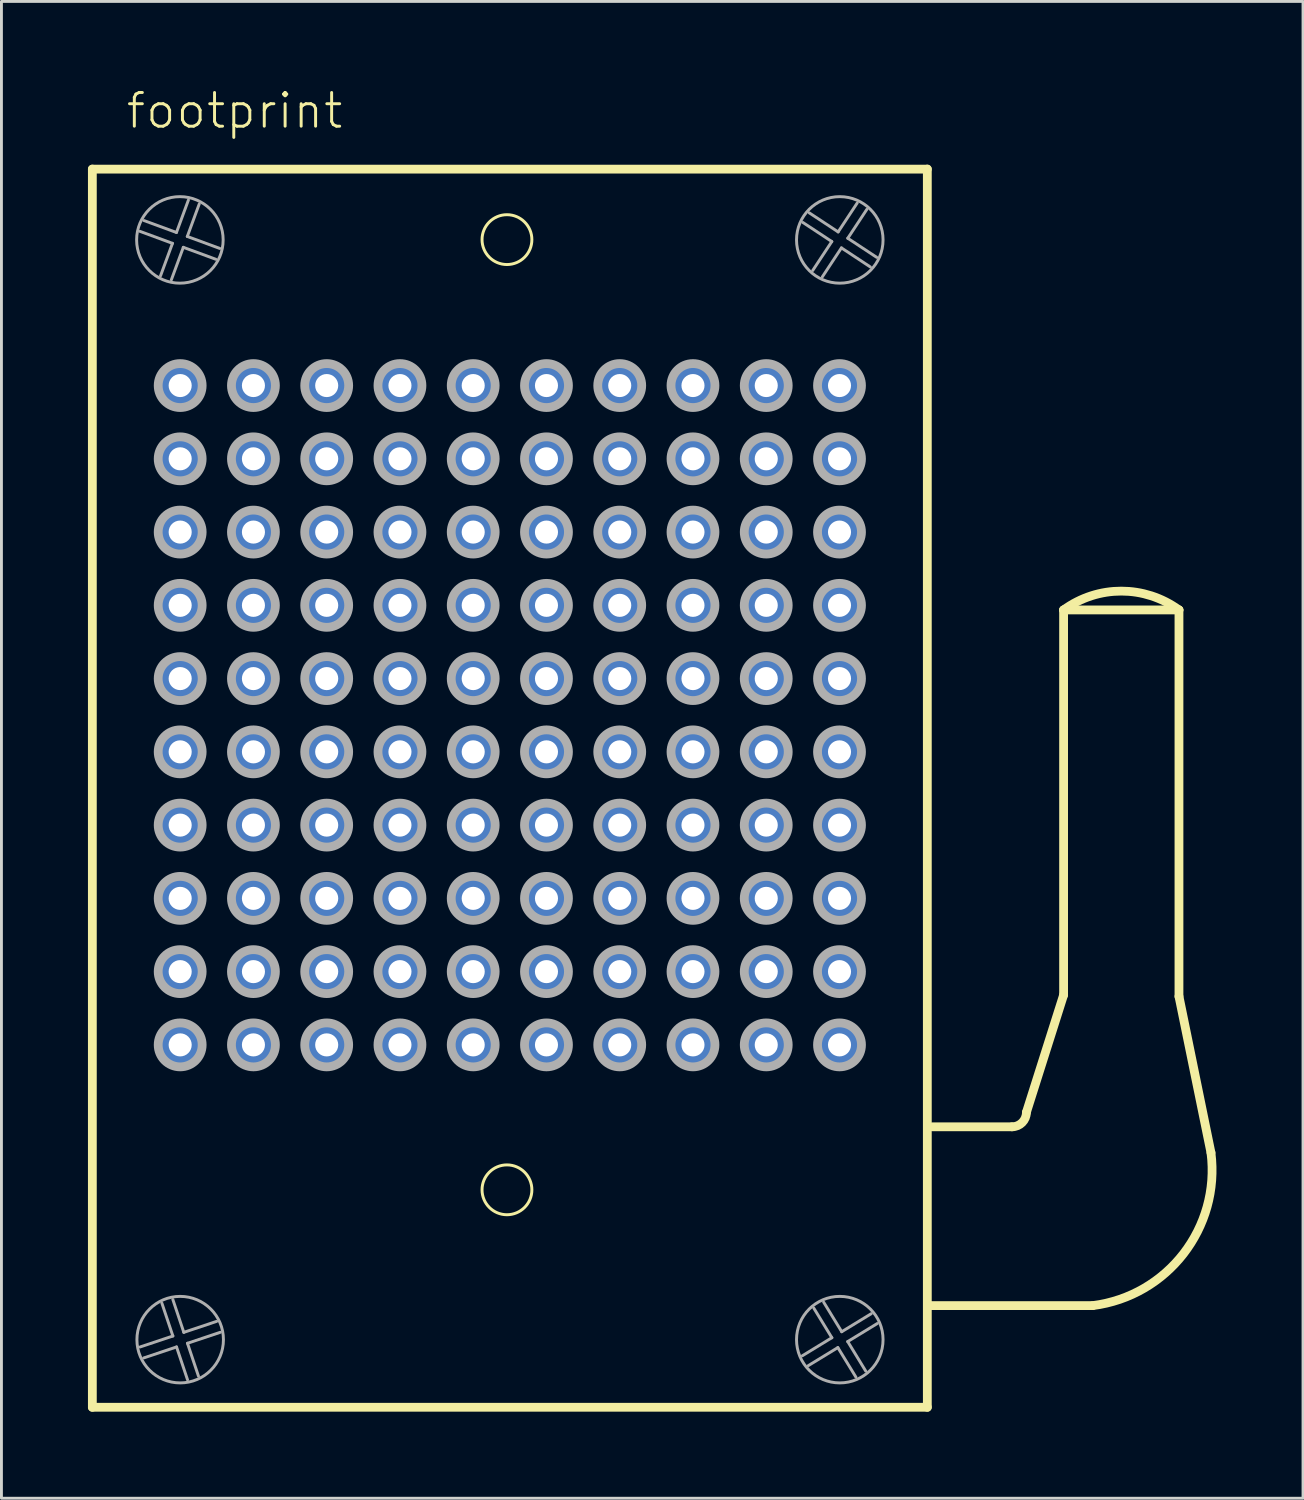
<source format=kicad_pcb>
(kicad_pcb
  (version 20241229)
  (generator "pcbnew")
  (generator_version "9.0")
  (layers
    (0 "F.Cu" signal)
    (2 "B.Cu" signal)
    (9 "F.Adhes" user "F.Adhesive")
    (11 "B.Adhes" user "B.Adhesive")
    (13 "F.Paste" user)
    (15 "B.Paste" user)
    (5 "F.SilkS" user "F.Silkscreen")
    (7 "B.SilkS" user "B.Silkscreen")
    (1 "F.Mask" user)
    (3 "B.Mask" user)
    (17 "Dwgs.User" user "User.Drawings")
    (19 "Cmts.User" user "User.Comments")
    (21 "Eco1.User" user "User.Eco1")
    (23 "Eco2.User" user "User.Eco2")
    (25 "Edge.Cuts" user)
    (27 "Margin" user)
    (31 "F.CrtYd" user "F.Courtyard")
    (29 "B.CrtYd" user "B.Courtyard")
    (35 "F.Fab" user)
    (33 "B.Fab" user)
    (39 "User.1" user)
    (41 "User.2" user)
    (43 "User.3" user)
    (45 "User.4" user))
  (footprint "footprint"
    (layer "F.Cu")
    (at 14.627 21.748)
    (property "Reference" "footprint" (at -13.365 -20.275 0) (layer "F.SilkS") (effects (font (size 1.168 1.168) (thickness 0.102)) (justify left bottom)))
    (fp_line (start -14.475 -18.935) (end 14.475 -18.935) (stroke (width 0.305) (type solid)) (layer "F.SilkS"))
    (fp_line (start -14.475 23.995) (end -14.475 -18.935) (stroke (width 0.305) (type solid)) (layer "F.SilkS"))
    (fp_line (start 14.475 -18.935) (end 14.475 23.995) (stroke (width 0.305) (type solid)) (layer "F.SilkS"))
    (fp_line (start 14.475 23.995) (end -14.475 23.995) (stroke (width 0.305) (type solid)) (layer "F.SilkS"))
    (fp_line (start 17.41 14.27) (end 14.646 14.27) (stroke (width 0.305) (type solid)) (layer "F.SilkS"))
    (fp_line (start 17.91 13.77) (end 19.2 9.7) (stroke (width 0.305) (type solid)) (layer "F.SilkS"))
    (fp_line (start 19.2 -3.65) (end 23.2 -3.65) (stroke (width 0.305) (type solid)) (layer "F.SilkS"))
    (fp_line (start 19.2 9.7) (end 19.2 -3.65) (stroke (width 0.305) (type solid)) (layer "F.SilkS"))
    (fp_line (start 20.21 20.47) (end 14.546 20.47) (stroke (width 0.305) (type solid)) (layer "F.SilkS"))
    (fp_line (start 23.2 -3.65) (end 23.2 9.75) (stroke (width 0.305) (type solid)) (layer "F.SilkS"))
    (fp_line (start 23.2 9.75) (end 24.31 15.17) (stroke (width 0.305) (type solid)) (layer "F.SilkS"))
    (fp_arc (start 17.91 13.77) (mid 17.763553 14.123553) (end 17.41 14.27) (stroke (width 0.3048) (type solid)) (layer "F.SilkS"))
    (fp_arc (start 19.2 -3.65) (mid 21.200001 -4.303325) (end 23.200001 -3.649999) (stroke (width 0.3048) (type solid)) (layer "F.SilkS"))
    (fp_arc (start 24.31 15.17) (mid 23.357666 18.669138) (end 20.21 20.47) (stroke (width 0.3048) (type solid)) (layer "F.SilkS"))
    (fp_circle (center -0.1 -16.49) (end 0.764 -16.49) (stroke (width 0.102) (type solid)) (fill no) (layer "F.SilkS"))
    (fp_circle (center -0.1 16.455) (end 0.764 16.455) (stroke (width 0.102) (type solid)) (fill no) (layer "F.SilkS"))
    (fp_line (start -12.821 21.904) (end -11.683 21.524) (stroke (width 0.102) (type solid)) (layer "F.Fab"))
    (fp_line (start -12.685 -17.151) (end -11.559 -16.737) (stroke (width 0.102) (type solid)) (layer "F.Fab"))
    (fp_line (start -12.111 -15.235) (end -11.697 -16.361) (stroke (width 0.102) (type solid)) (layer "F.Fab"))
    (fp_line (start -11.697 -16.361) (end -12.823 -16.776) (stroke (width 0.102) (type solid)) (layer "F.Fab"))
    (fp_line (start -11.684 20.259) (end -11.304 21.397) (stroke (width 0.102) (type solid)) (layer "F.Fab"))
    (fp_line (start -11.683 21.524) (end -12.064 20.386) (stroke (width 0.102) (type solid)) (layer "F.Fab"))
    (fp_line (start -11.559 -16.737) (end -11.144 -17.863) (stroke (width 0.102) (type solid)) (layer "F.Fab"))
    (fp_line (start -11.556 21.903) (end -12.694 22.284) (stroke (width 0.102) (type solid)) (layer "F.Fab"))
    (fp_line (start -11.321 -16.223) (end -11.736 -15.097) (stroke (width 0.102) (type solid)) (layer "F.Fab"))
    (fp_line (start -11.304 21.397) (end -10.166 21.016) (stroke (width 0.102) (type solid)) (layer "F.Fab"))
    (fp_line (start -11.183 -16.599) (end -10.057 -16.184) (stroke (width 0.102) (type solid)) (layer "F.Fab"))
    (fp_line (start -11.177 21.776) (end -10.796 22.914) (stroke (width 0.102) (type solid)) (layer "F.Fab"))
    (fp_line (start -11.175 23.041) (end -11.556 21.903) (stroke (width 0.102) (type solid)) (layer "F.Fab"))
    (fp_line (start -10.769 -17.725) (end -11.183 -16.599) (stroke (width 0.102) (type solid)) (layer "F.Fab"))
    (fp_line (start -10.195 -15.809) (end -11.321 -16.223) (stroke (width 0.102) (type solid)) (layer "F.Fab"))
    (fp_line (start -10.039 21.395) (end -11.177 21.776) (stroke (width 0.102) (type solid)) (layer "F.Fab"))
    (fp_line (start 10.141 22.209) (end 11.165 21.583) (stroke (width 0.102) (type solid)) (layer "F.Fab"))
    (fp_line (start 10.381 -17.418) (end 11.383 -16.757) (stroke (width 0.102) (type solid)) (layer "F.Fab"))
    (fp_line (start 10.502 -15.421) (end 11.163 -16.423) (stroke (width 0.102) (type solid)) (layer "F.Fab"))
    (fp_line (start 10.881 20.351) (end 11.507 21.375) (stroke (width 0.102) (type solid)) (layer "F.Fab"))
    (fp_line (start 11.163 -16.423) (end 10.161 -17.084) (stroke (width 0.102) (type solid)) (layer "F.Fab"))
    (fp_line (start 11.165 21.583) (end 10.54 20.559) (stroke (width 0.102) (type solid)) (layer "F.Fab"))
    (fp_line (start 11.373 21.925) (end 10.349 22.55) (stroke (width 0.102) (type solid)) (layer "F.Fab"))
    (fp_line (start 11.383 -16.757) (end 12.044 -17.759) (stroke (width 0.102) (type solid)) (layer "F.Fab"))
    (fp_line (start 11.497 -16.203) (end 10.836 -15.201) (stroke (width 0.102) (type solid)) (layer "F.Fab"))
    (fp_line (start 11.507 21.375) (end 12.531 20.75) (stroke (width 0.102) (type solid)) (layer "F.Fab"))
    (fp_line (start 11.715 21.716) (end 12.34 22.741) (stroke (width 0.102) (type solid)) (layer "F.Fab"))
    (fp_line (start 11.717 -16.537) (end 12.719 -15.876) (stroke (width 0.102) (type solid)) (layer "F.Fab"))
    (fp_line (start 11.999 22.949) (end 11.373 21.925) (stroke (width 0.102) (type solid)) (layer "F.Fab"))
    (fp_line (start 12.378 -17.539) (end 11.717 -16.537) (stroke (width 0.102) (type solid)) (layer "F.Fab"))
    (fp_line (start 12.499 -15.542) (end 11.497 -16.203) (stroke (width 0.102) (type solid)) (layer "F.Fab"))
    (fp_line (start 12.739 21.091) (end 11.715 21.716) (stroke (width 0.102) (type solid)) (layer "F.Fab"))
    (fp_circle (center -11.44 -16.48) (end -9.94 -16.48) (stroke (width 0.102) (type solid)) (fill no) (layer "F.Fab"))
    (fp_circle (center -11.43 -11.43) (end -10.668 -11.43) (stroke (width 0.305) (type solid)) (fill no) (layer "F.Fab"))
    (fp_circle (center -11.43 -8.89) (end -10.668 -8.89) (stroke (width 0.305) (type solid)) (fill no) (layer "F.Fab"))
    (fp_circle (center -11.43 -6.35) (end -10.668 -6.35) (stroke (width 0.305) (type solid)) (fill no) (layer "F.Fab"))
    (fp_circle (center -11.43 -3.81) (end -10.668 -3.81) (stroke (width 0.305) (type solid)) (fill no) (layer "F.Fab"))
    (fp_circle (center -11.43 -1.27) (end -10.668 -1.27) (stroke (width 0.305) (type solid)) (fill no) (layer "F.Fab"))
    (fp_circle (center -11.43 1.27) (end -10.668 1.27) (stroke (width 0.305) (type solid)) (fill no) (layer "F.Fab"))
    (fp_circle (center -11.43 3.81) (end -10.668 3.81) (stroke (width 0.305) (type solid)) (fill no) (layer "F.Fab"))
    (fp_circle (center -11.43 6.35) (end -10.668 6.35) (stroke (width 0.305) (type solid)) (fill no) (layer "F.Fab"))
    (fp_circle (center -11.43 8.89) (end -10.668 8.89) (stroke (width 0.305) (type solid)) (fill no) (layer "F.Fab"))
    (fp_circle (center -11.43 11.43) (end -10.668 11.43) (stroke (width 0.305) (type solid)) (fill no) (layer "F.Fab"))
    (fp_circle (center -11.43 21.65) (end -9.93 21.65) (stroke (width 0.102) (type solid)) (fill no) (layer "F.Fab"))
    (fp_circle (center -8.89 -11.43) (end -8.128 -11.43) (stroke (width 0.305) (type solid)) (fill no) (layer "F.Fab"))
    (fp_circle (center -8.89 -8.89) (end -8.128 -8.89) (stroke (width 0.305) (type solid)) (fill no) (layer "F.Fab"))
    (fp_circle (center -8.89 -6.35) (end -8.128 -6.35) (stroke (width 0.305) (type solid)) (fill no) (layer "F.Fab"))
    (fp_circle (center -8.89 -3.81) (end -8.128 -3.81) (stroke (width 0.305) (type solid)) (fill no) (layer "F.Fab"))
    (fp_circle (center -8.89 -1.27) (end -8.128 -1.27) (stroke (width 0.305) (type solid)) (fill no) (layer "F.Fab"))
    (fp_circle (center -8.89 1.27) (end -8.128 1.27) (stroke (width 0.305) (type solid)) (fill no) (layer "F.Fab"))
    (fp_circle (center -8.89 3.81) (end -8.128 3.81) (stroke (width 0.305) (type solid)) (fill no) (layer "F.Fab"))
    (fp_circle (center -8.89 6.35) (end -8.128 6.35) (stroke (width 0.305) (type solid)) (fill no) (layer "F.Fab"))
    (fp_circle (center -8.89 8.89) (end -8.128 8.89) (stroke (width 0.305) (type solid)) (fill no) (layer "F.Fab"))
    (fp_circle (center -8.89 11.43) (end -8.128 11.43) (stroke (width 0.305) (type solid)) (fill no) (layer "F.Fab"))
    (fp_circle (center -6.35 -11.43) (end -5.588 -11.43) (stroke (width 0.305) (type solid)) (fill no) (layer "F.Fab"))
    (fp_circle (center -6.35 -8.89) (end -5.588 -8.89) (stroke (width 0.305) (type solid)) (fill no) (layer "F.Fab"))
    (fp_circle (center -6.35 -6.35) (end -5.588 -6.35) (stroke (width 0.305) (type solid)) (fill no) (layer "F.Fab"))
    (fp_circle (center -6.35 -3.81) (end -5.588 -3.81) (stroke (width 0.305) (type solid)) (fill no) (layer "F.Fab"))
    (fp_circle (center -6.35 -1.27) (end -5.588 -1.27) (stroke (width 0.305) (type solid)) (fill no) (layer "F.Fab"))
    (fp_circle (center -6.35 1.27) (end -5.588 1.27) (stroke (width 0.305) (type solid)) (fill no) (layer "F.Fab"))
    (fp_circle (center -6.35 3.81) (end -5.588 3.81) (stroke (width 0.305) (type solid)) (fill no) (layer "F.Fab"))
    (fp_circle (center -6.35 6.35) (end -5.588 6.35) (stroke (width 0.305) (type solid)) (fill no) (layer "F.Fab"))
    (fp_circle (center -6.35 8.89) (end -5.588 8.89) (stroke (width 0.305) (type solid)) (fill no) (layer "F.Fab"))
    (fp_circle (center -6.35 11.43) (end -5.588 11.43) (stroke (width 0.305) (type solid)) (fill no) (layer "F.Fab"))
    (fp_circle (center -3.81 -11.43) (end -3.048 -11.43) (stroke (width 0.305) (type solid)) (fill no) (layer "F.Fab"))
    (fp_circle (center -3.81 -8.89) (end -3.048 -8.89) (stroke (width 0.305) (type solid)) (fill no) (layer "F.Fab"))
    (fp_circle (center -3.81 -6.35) (end -3.048 -6.35) (stroke (width 0.305) (type solid)) (fill no) (layer "F.Fab"))
    (fp_circle (center -3.81 -3.81) (end -3.048 -3.81) (stroke (width 0.305) (type solid)) (fill no) (layer "F.Fab"))
    (fp_circle (center -3.81 -1.27) (end -3.048 -1.27) (stroke (width 0.305) (type solid)) (fill no) (layer "F.Fab"))
    (fp_circle (center -3.81 1.27) (end -3.048 1.27) (stroke (width 0.305) (type solid)) (fill no) (layer "F.Fab"))
    (fp_circle (center -3.81 3.81) (end -3.048 3.81) (stroke (width 0.305) (type solid)) (fill no) (layer "F.Fab"))
    (fp_circle (center -3.81 6.35) (end -3.048 6.35) (stroke (width 0.305) (type solid)) (fill no) (layer "F.Fab"))
    (fp_circle (center -3.81 8.89) (end -3.048 8.89) (stroke (width 0.305) (type solid)) (fill no) (layer "F.Fab"))
    (fp_circle (center -3.81 11.43) (end -3.048 11.43) (stroke (width 0.305) (type solid)) (fill no) (layer "F.Fab"))
    (fp_circle (center -1.27 -11.43) (end -0.508 -11.43) (stroke (width 0.305) (type solid)) (fill no) (layer "F.Fab"))
    (fp_circle (center -1.27 -8.89) (end -0.508 -8.89) (stroke (width 0.305) (type solid)) (fill no) (layer "F.Fab"))
    (fp_circle (center -1.27 -6.35) (end -0.508 -6.35) (stroke (width 0.305) (type solid)) (fill no) (layer "F.Fab"))
    (fp_circle (center -1.27 -3.81) (end -0.508 -3.81) (stroke (width 0.305) (type solid)) (fill no) (layer "F.Fab"))
    (fp_circle (center -1.27 -1.27) (end -0.508 -1.27) (stroke (width 0.305) (type solid)) (fill no) (layer "F.Fab"))
    (fp_circle (center -1.27 1.27) (end -0.508 1.27) (stroke (width 0.305) (type solid)) (fill no) (layer "F.Fab"))
    (fp_circle (center -1.27 3.81) (end -0.508 3.81) (stroke (width 0.305) (type solid)) (fill no) (layer "F.Fab"))
    (fp_circle (center -1.27 6.35) (end -0.508 6.35) (stroke (width 0.305) (type solid)) (fill no) (layer "F.Fab"))
    (fp_circle (center -1.27 8.89) (end -0.508 8.89) (stroke (width 0.305) (type solid)) (fill no) (layer "F.Fab"))
    (fp_circle (center -1.27 11.43) (end -0.508 11.43) (stroke (width 0.305) (type solid)) (fill no) (layer "F.Fab"))
    (fp_circle (center 1.27 -11.43) (end 2.032 -11.43) (stroke (width 0.305) (type solid)) (fill no) (layer "F.Fab"))
    (fp_circle (center 1.27 -8.89) (end 2.032 -8.89) (stroke (width 0.305) (type solid)) (fill no) (layer "F.Fab"))
    (fp_circle (center 1.27 -6.35) (end 2.032 -6.35) (stroke (width 0.305) (type solid)) (fill no) (layer "F.Fab"))
    (fp_circle (center 1.27 -3.81) (end 2.032 -3.81) (stroke (width 0.305) (type solid)) (fill no) (layer "F.Fab"))
    (fp_circle (center 1.27 -1.27) (end 2.032 -1.27) (stroke (width 0.305) (type solid)) (fill no) (layer "F.Fab"))
    (fp_circle (center 1.27 1.27) (end 2.032 1.27) (stroke (width 0.305) (type solid)) (fill no) (layer "F.Fab"))
    (fp_circle (center 1.27 3.81) (end 2.032 3.81) (stroke (width 0.305) (type solid)) (fill no) (layer "F.Fab"))
    (fp_circle (center 1.27 6.35) (end 2.032 6.35) (stroke (width 0.305) (type solid)) (fill no) (layer "F.Fab"))
    (fp_circle (center 1.27 8.89) (end 2.032 8.89) (stroke (width 0.305) (type solid)) (fill no) (layer "F.Fab"))
    (fp_circle (center 1.27 11.43) (end 2.032 11.43) (stroke (width 0.305) (type solid)) (fill no) (layer "F.Fab"))
    (fp_circle (center 3.81 -11.43) (end 4.572 -11.43) (stroke (width 0.305) (type solid)) (fill no) (layer "F.Fab"))
    (fp_circle (center 3.81 -8.89) (end 4.572 -8.89) (stroke (width 0.305) (type solid)) (fill no) (layer "F.Fab"))
    (fp_circle (center 3.81 -6.35) (end 4.572 -6.35) (stroke (width 0.305) (type solid)) (fill no) (layer "F.Fab"))
    (fp_circle (center 3.81 -3.81) (end 4.572 -3.81) (stroke (width 0.305) (type solid)) (fill no) (layer "F.Fab"))
    (fp_circle (center 3.81 -1.27) (end 4.572 -1.27) (stroke (width 0.305) (type solid)) (fill no) (layer "F.Fab"))
    (fp_circle (center 3.81 1.27) (end 4.572 1.27) (stroke (width 0.305) (type solid)) (fill no) (layer "F.Fab"))
    (fp_circle (center 3.81 3.81) (end 4.572 3.81) (stroke (width 0.305) (type solid)) (fill no) (layer "F.Fab"))
    (fp_circle (center 3.81 6.35) (end 4.572 6.35) (stroke (width 0.305) (type solid)) (fill no) (layer "F.Fab"))
    (fp_circle (center 3.81 8.89) (end 4.572 8.89) (stroke (width 0.305) (type solid)) (fill no) (layer "F.Fab"))
    (fp_circle (center 3.81 11.43) (end 4.572 11.43) (stroke (width 0.305) (type solid)) (fill no) (layer "F.Fab"))
    (fp_circle (center 6.35 -11.43) (end 7.112 -11.43) (stroke (width 0.305) (type solid)) (fill no) (layer "F.Fab"))
    (fp_circle (center 6.35 -8.89) (end 7.112 -8.89) (stroke (width 0.305) (type solid)) (fill no) (layer "F.Fab"))
    (fp_circle (center 6.35 -6.35) (end 7.112 -6.35) (stroke (width 0.305) (type solid)) (fill no) (layer "F.Fab"))
    (fp_circle (center 6.35 -3.81) (end 7.112 -3.81) (stroke (width 0.305) (type solid)) (fill no) (layer "F.Fab"))
    (fp_circle (center 6.35 -1.27) (end 7.112 -1.27) (stroke (width 0.305) (type solid)) (fill no) (layer "F.Fab"))
    (fp_circle (center 6.35 1.27) (end 7.112 1.27) (stroke (width 0.305) (type solid)) (fill no) (layer "F.Fab"))
    (fp_circle (center 6.35 3.81) (end 7.112 3.81) (stroke (width 0.305) (type solid)) (fill no) (layer "F.Fab"))
    (fp_circle (center 6.35 6.35) (end 7.112 6.35) (stroke (width 0.305) (type solid)) (fill no) (layer "F.Fab"))
    (fp_circle (center 6.35 8.89) (end 7.112 8.89) (stroke (width 0.305) (type solid)) (fill no) (layer "F.Fab"))
    (fp_circle (center 6.35 11.43) (end 7.112 11.43) (stroke (width 0.305) (type solid)) (fill no) (layer "F.Fab"))
    (fp_circle (center 8.89 -11.43) (end 9.652 -11.43) (stroke (width 0.305) (type solid)) (fill no) (layer "F.Fab"))
    (fp_circle (center 8.89 -8.89) (end 9.652 -8.89) (stroke (width 0.305) (type solid)) (fill no) (layer "F.Fab"))
    (fp_circle (center 8.89 -6.35) (end 9.652 -6.35) (stroke (width 0.305) (type solid)) (fill no) (layer "F.Fab"))
    (fp_circle (center 8.89 -3.81) (end 9.652 -3.81) (stroke (width 0.305) (type solid)) (fill no) (layer "F.Fab"))
    (fp_circle (center 8.89 -1.27) (end 9.652 -1.27) (stroke (width 0.305) (type solid)) (fill no) (layer "F.Fab"))
    (fp_circle (center 8.89 1.27) (end 9.652 1.27) (stroke (width 0.305) (type solid)) (fill no) (layer "F.Fab"))
    (fp_circle (center 8.89 3.81) (end 9.652 3.81) (stroke (width 0.305) (type solid)) (fill no) (layer "F.Fab"))
    (fp_circle (center 8.89 6.35) (end 9.652 6.35) (stroke (width 0.305) (type solid)) (fill no) (layer "F.Fab"))
    (fp_circle (center 8.89 8.89) (end 9.652 8.89) (stroke (width 0.305) (type solid)) (fill no) (layer "F.Fab"))
    (fp_circle (center 8.89 11.43) (end 9.652 11.43) (stroke (width 0.305) (type solid)) (fill no) (layer "F.Fab"))
    (fp_circle (center 11.43 -11.43) (end 12.192 -11.43) (stroke (width 0.305) (type solid)) (fill no) (layer "F.Fab"))
    (fp_circle (center 11.43 -8.89) (end 12.192 -8.89) (stroke (width 0.305) (type solid)) (fill no) (layer "F.Fab"))
    (fp_circle (center 11.43 -6.35) (end 12.192 -6.35) (stroke (width 0.305) (type solid)) (fill no) (layer "F.Fab"))
    (fp_circle (center 11.43 -3.81) (end 12.192 -3.81) (stroke (width 0.305) (type solid)) (fill no) (layer "F.Fab"))
    (fp_circle (center 11.43 -1.27) (end 12.192 -1.27) (stroke (width 0.305) (type solid)) (fill no) (layer "F.Fab"))
    (fp_circle (center 11.43 1.27) (end 12.192 1.27) (stroke (width 0.305) (type solid)) (fill no) (layer "F.Fab"))
    (fp_circle (center 11.43 3.81) (end 12.192 3.81) (stroke (width 0.305) (type solid)) (fill no) (layer "F.Fab"))
    (fp_circle (center 11.43 6.35) (end 12.192 6.35) (stroke (width 0.305) (type solid)) (fill no) (layer "F.Fab"))
    (fp_circle (center 11.43 8.89) (end 12.192 8.89) (stroke (width 0.305) (type solid)) (fill no) (layer "F.Fab"))
    (fp_circle (center 11.43 11.43) (end 12.192 11.43) (stroke (width 0.305) (type solid)) (fill no) (layer "F.Fab"))
    (fp_circle (center 11.44 -16.48) (end 12.94 -16.48) (stroke (width 0.102) (type solid)) (fill no) (layer "F.Fab"))
    (fp_circle (center 11.44 21.65) (end 12.94 21.65) (stroke (width 0.102) (type solid)) (fill no) (layer "F.Fab"))
    (pad "A1" thru_hole circle (at -11.43 -11.43) (size 1.4 1.4) (drill 0.8) (layers "*.Cu" "*.Mask"))
    (pad "A2" thru_hole circle (at -8.89 -11.43) (size 1.4 1.4) (drill 0.8) (layers "*.Cu" "*.Mask"))
    (pad "A3" thru_hole circle (at -6.35 -11.43) (size 1.4 1.4) (drill 0.8) (layers "*.Cu" "*.Mask"))
    (pad "A4" thru_hole circle (at -3.81 -11.43) (size 1.4 1.4) (drill 0.8) (layers "*.Cu" "*.Mask"))
    (pad "A5" thru_hole circle (at -1.27 -11.43) (size 1.4 1.4) (drill 0.8) (layers "*.Cu" "*.Mask"))
    (pad "A6" thru_hole circle (at 1.27 -11.43) (size 1.4 1.4) (drill 0.8) (layers "*.Cu" "*.Mask"))
    (pad "A7" thru_hole circle (at 3.81 -11.43) (size 1.4 1.4) (drill 0.8) (layers "*.Cu" "*.Mask"))
    (pad "A8" thru_hole circle (at 6.35 -11.43) (size 1.4 1.4) (drill 0.8) (layers "*.Cu" "*.Mask"))
    (pad "A9" thru_hole circle (at 8.89 -11.43) (size 1.4 1.4) (drill 0.8) (layers "*.Cu" "*.Mask"))
    (pad "A10" thru_hole circle (at 11.43 -11.43) (size 1.4 1.4) (drill 0.8) (layers "*.Cu" "*.Mask"))
    (pad "B1" thru_hole circle (at -11.43 -8.89) (size 1.4 1.4) (drill 0.8) (layers "*.Cu" "*.Mask"))
    (pad "B2" thru_hole circle (at -8.89 -8.89) (size 1.4 1.4) (drill 0.8) (layers "*.Cu" "*.Mask"))
    (pad "B3" thru_hole circle (at -6.35 -8.89) (size 1.4 1.4) (drill 0.8) (layers "*.Cu" "*.Mask"))
    (pad "B4" thru_hole circle (at -3.81 -8.89) (size 1.4 1.4) (drill 0.8) (layers "*.Cu" "*.Mask"))
    (pad "B5" thru_hole circle (at -1.27 -8.89) (size 1.4 1.4) (drill 0.8) (layers "*.Cu" "*.Mask"))
    (pad "B6" thru_hole circle (at 1.27 -8.89) (size 1.4 1.4) (drill 0.8) (layers "*.Cu" "*.Mask"))
    (pad "B7" thru_hole circle (at 3.81 -8.89) (size 1.4 1.4) (drill 0.8) (layers "*.Cu" "*.Mask"))
    (pad "B8" thru_hole circle (at 6.35 -8.89) (size 1.4 1.4) (drill 0.8) (layers "*.Cu" "*.Mask"))
    (pad "B9" thru_hole circle (at 8.89 -8.89) (size 1.4 1.4) (drill 0.8) (layers "*.Cu" "*.Mask"))
    (pad "B10" thru_hole circle (at 11.43 -8.89) (size 1.4 1.4) (drill 0.8) (layers "*.Cu" "*.Mask"))
    (pad "C1" thru_hole circle (at -11.43 -6.35) (size 1.4 1.4) (drill 0.8) (layers "*.Cu" "*.Mask"))
    (pad "C2" thru_hole circle (at -8.89 -6.35) (size 1.4 1.4) (drill 0.8) (layers "*.Cu" "*.Mask"))
    (pad "C3" thru_hole circle (at -6.35 -6.35) (size 1.4 1.4) (drill 0.8) (layers "*.Cu" "*.Mask"))
    (pad "C4" thru_hole circle (at -3.81 -6.35) (size 1.4 1.4) (drill 0.8) (layers "*.Cu" "*.Mask"))
    (pad "C5" thru_hole circle (at -1.27 -6.35) (size 1.4 1.4) (drill 0.8) (layers "*.Cu" "*.Mask"))
    (pad "C6" thru_hole circle (at 1.27 -6.35) (size 1.4 1.4) (drill 0.8) (layers "*.Cu" "*.Mask"))
    (pad "C7" thru_hole circle (at 3.81 -6.35) (size 1.4 1.4) (drill 0.8) (layers "*.Cu" "*.Mask"))
    (pad "C8" thru_hole circle (at 6.35 -6.35) (size 1.4 1.4) (drill 0.8) (layers "*.Cu" "*.Mask"))
    (pad "C9" thru_hole circle (at 8.89 -6.35) (size 1.4 1.4) (drill 0.8) (layers "*.Cu" "*.Mask"))
    (pad "C10" thru_hole circle (at 11.43 -6.35) (size 1.4 1.4) (drill 0.8) (layers "*.Cu" "*.Mask"))
    (pad "D1" thru_hole circle (at -11.43 -3.81) (size 1.4 1.4) (drill 0.8) (layers "*.Cu" "*.Mask"))
    (pad "D2" thru_hole circle (at -8.89 -3.81) (size 1.4 1.4) (drill 0.8) (layers "*.Cu" "*.Mask"))
    (pad "D3" thru_hole circle (at -6.35 -3.81) (size 1.4 1.4) (drill 0.8) (layers "*.Cu" "*.Mask"))
    (pad "D4" thru_hole circle (at -3.81 -3.81) (size 1.4 1.4) (drill 0.8) (layers "*.Cu" "*.Mask"))
    (pad "D5" thru_hole circle (at -1.27 -3.81) (size 1.4 1.4) (drill 0.8) (layers "*.Cu" "*.Mask"))
    (pad "D6" thru_hole circle (at 1.27 -3.81) (size 1.4 1.4) (drill 0.8) (layers "*.Cu" "*.Mask"))
    (pad "D7" thru_hole circle (at 3.81 -3.81) (size 1.4 1.4) (drill 0.8) (layers "*.Cu" "*.Mask"))
    (pad "D8" thru_hole circle (at 6.35 -3.81) (size 1.4 1.4) (drill 0.8) (layers "*.Cu" "*.Mask"))
    (pad "D9" thru_hole circle (at 8.89 -3.81) (size 1.4 1.4) (drill 0.8) (layers "*.Cu" "*.Mask"))
    (pad "D10" thru_hole circle (at 11.43 -3.81) (size 1.4 1.4) (drill 0.8) (layers "*.Cu" "*.Mask"))
    (pad "E1" thru_hole circle (at -11.43 -1.27) (size 1.4 1.4) (drill 0.8) (layers "*.Cu" "*.Mask"))
    (pad "E2" thru_hole circle (at -8.89 -1.27) (size 1.4 1.4) (drill 0.8) (layers "*.Cu" "*.Mask"))
    (pad "E3" thru_hole circle (at -6.35 -1.27) (size 1.4 1.4) (drill 0.8) (layers "*.Cu" "*.Mask"))
    (pad "E4" thru_hole circle (at -3.81 -1.27) (size 1.4 1.4) (drill 0.8) (layers "*.Cu" "*.Mask"))
    (pad "E5" thru_hole circle (at -1.27 -1.27) (size 1.4 1.4) (drill 0.8) (layers "*.Cu" "*.Mask"))
    (pad "E6" thru_hole circle (at 1.27 -1.27) (size 1.4 1.4) (drill 0.8) (layers "*.Cu" "*.Mask"))
    (pad "E7" thru_hole circle (at 3.81 -1.27) (size 1.4 1.4) (drill 0.8) (layers "*.Cu" "*.Mask"))
    (pad "E8" thru_hole circle (at 6.35 -1.27) (size 1.4 1.4) (drill 0.8) (layers "*.Cu" "*.Mask"))
    (pad "E9" thru_hole circle (at 8.89 -1.27) (size 1.4 1.4) (drill 0.8) (layers "*.Cu" "*.Mask"))
    (pad "E10" thru_hole circle (at 11.43 -1.27) (size 1.4 1.4) (drill 0.8) (layers "*.Cu" "*.Mask"))
    (pad "F1" thru_hole circle (at -11.43 1.27) (size 1.4 1.4) (drill 0.8) (layers "*.Cu" "*.Mask"))
    (pad "F2" thru_hole circle (at -8.89 1.27) (size 1.4 1.4) (drill 0.8) (layers "*.Cu" "*.Mask"))
    (pad "F3" thru_hole circle (at -6.35 1.27) (size 1.4 1.4) (drill 0.8) (layers "*.Cu" "*.Mask"))
    (pad "F4" thru_hole circle (at -3.81 1.27) (size 1.4 1.4) (drill 0.8) (layers "*.Cu" "*.Mask"))
    (pad "F5" thru_hole circle (at -1.27 1.27) (size 1.4 1.4) (drill 0.8) (layers "*.Cu" "*.Mask"))
    (pad "F6" thru_hole circle (at 1.27 1.27) (size 1.4 1.4) (drill 0.8) (layers "*.Cu" "*.Mask"))
    (pad "F7" thru_hole circle (at 3.81 1.27) (size 1.4 1.4) (drill 0.8) (layers "*.Cu" "*.Mask"))
    (pad "F8" thru_hole circle (at 6.35 1.27) (size 1.4 1.4) (drill 0.8) (layers "*.Cu" "*.Mask"))
    (pad "F9" thru_hole circle (at 8.89 1.27) (size 1.4 1.4) (drill 0.8) (layers "*.Cu" "*.Mask"))
    (pad "F10" thru_hole circle (at 11.43 1.27) (size 1.4 1.4) (drill 0.8) (layers "*.Cu" "*.Mask"))
    (pad "G1" thru_hole circle (at -11.43 3.81) (size 1.4 1.4) (drill 0.8) (layers "*.Cu" "*.Mask"))
    (pad "G2" thru_hole circle (at -8.89 3.81) (size 1.4 1.4) (drill 0.8) (layers "*.Cu" "*.Mask"))
    (pad "G3" thru_hole circle (at -6.35 3.81) (size 1.4 1.4) (drill 0.8) (layers "*.Cu" "*.Mask"))
    (pad "G4" thru_hole circle (at -3.81 3.81) (size 1.4 1.4) (drill 0.8) (layers "*.Cu" "*.Mask"))
    (pad "G5" thru_hole circle (at -1.27 3.81) (size 1.4 1.4) (drill 0.8) (layers "*.Cu" "*.Mask"))
    (pad "G6" thru_hole circle (at 1.27 3.81) (size 1.4 1.4) (drill 0.8) (layers "*.Cu" "*.Mask"))
    (pad "G7" thru_hole circle (at 3.81 3.81) (size 1.4 1.4) (drill 0.8) (layers "*.Cu" "*.Mask"))
    (pad "G8" thru_hole circle (at 6.35 3.81) (size 1.4 1.4) (drill 0.8) (layers "*.Cu" "*.Mask"))
    (pad "G9" thru_hole circle (at 8.89 3.81) (size 1.4 1.4) (drill 0.8) (layers "*.Cu" "*.Mask"))
    (pad "G10" thru_hole circle (at 11.43 3.81) (size 1.4 1.4) (drill 0.8) (layers "*.Cu" "*.Mask"))
    (pad "H1" thru_hole circle (at -11.43 6.35) (size 1.4 1.4) (drill 0.8) (layers "*.Cu" "*.Mask"))
    (pad "H2" thru_hole circle (at -8.89 6.35) (size 1.4 1.4) (drill 0.8) (layers "*.Cu" "*.Mask"))
    (pad "H3" thru_hole circle (at -6.35 6.35) (size 1.4 1.4) (drill 0.8) (layers "*.Cu" "*.Mask"))
    (pad "H4" thru_hole circle (at -3.81 6.35) (size 1.4 1.4) (drill 0.8) (layers "*.Cu" "*.Mask"))
    (pad "H5" thru_hole circle (at -1.27 6.35) (size 1.4 1.4) (drill 0.8) (layers "*.Cu" "*.Mask"))
    (pad "H6" thru_hole circle (at 1.27 6.35) (size 1.4 1.4) (drill 0.8) (layers "*.Cu" "*.Mask"))
    (pad "H7" thru_hole circle (at 3.81 6.35) (size 1.4 1.4) (drill 0.8) (layers "*.Cu" "*.Mask"))
    (pad "H8" thru_hole circle (at 6.35 6.35) (size 1.4 1.4) (drill 0.8) (layers "*.Cu" "*.Mask"))
    (pad "H9" thru_hole circle (at 8.89 6.35) (size 1.4 1.4) (drill 0.8) (layers "*.Cu" "*.Mask"))
    (pad "H10" thru_hole circle (at 11.43 6.35) (size 1.4 1.4) (drill 0.8) (layers "*.Cu" "*.Mask"))
    (pad "J1" thru_hole circle (at -11.43 8.89) (size 1.4 1.4) (drill 0.8) (layers "*.Cu" "*.Mask"))
    (pad "J2" thru_hole circle (at -8.89 8.89) (size 1.4 1.4) (drill 0.8) (layers "*.Cu" "*.Mask"))
    (pad "J3" thru_hole circle (at -6.35 8.89) (size 1.4 1.4) (drill 0.8) (layers "*.Cu" "*.Mask"))
    (pad "J4" thru_hole circle (at -3.81 8.89) (size 1.4 1.4) (drill 0.8) (layers "*.Cu" "*.Mask"))
    (pad "J5" thru_hole circle (at -1.27 8.89) (size 1.4 1.4) (drill 0.8) (layers "*.Cu" "*.Mask"))
    (pad "J6" thru_hole circle (at 1.27 8.89) (size 1.4 1.4) (drill 0.8) (layers "*.Cu" "*.Mask"))
    (pad "J7" thru_hole circle (at 3.81 8.89) (size 1.4 1.4) (drill 0.8) (layers "*.Cu" "*.Mask"))
    (pad "J8" thru_hole circle (at 6.35 8.89) (size 1.4 1.4) (drill 0.8) (layers "*.Cu" "*.Mask"))
    (pad "J9" thru_hole circle (at 8.89 8.89) (size 1.4 1.4) (drill 0.8) (layers "*.Cu" "*.Mask"))
    (pad "J10" thru_hole circle (at 11.43 8.89) (size 1.4 1.4) (drill 0.8) (layers "*.Cu" "*.Mask"))
    (pad "K1" thru_hole circle (at -11.43 11.43) (size 1.4 1.4) (drill 0.8) (layers "*.Cu" "*.Mask"))
    (pad "K2" thru_hole circle (at -8.89 11.43) (size 1.4 1.4) (drill 0.8) (layers "*.Cu" "*.Mask"))
    (pad "K3" thru_hole circle (at -6.35 11.43) (size 1.4 1.4) (drill 0.8) (layers "*.Cu" "*.Mask"))
    (pad "K4" thru_hole circle (at -3.81 11.43) (size 1.4 1.4) (drill 0.8) (layers "*.Cu" "*.Mask"))
    (pad "K5" thru_hole circle (at -1.27 11.43) (size 1.4 1.4) (drill 0.8) (layers "*.Cu" "*.Mask"))
    (pad "K6" thru_hole circle (at 1.27 11.43) (size 1.4 1.4) (drill 0.8) (layers "*.Cu" "*.Mask"))
    (pad "K7" thru_hole circle (at 3.81 11.43) (size 1.4 1.4) (drill 0.8) (layers "*.Cu" "*.Mask"))
    (pad "K8" thru_hole circle (at 6.35 11.43) (size 1.4 1.4) (drill 0.8) (layers "*.Cu" "*.Mask"))
    (pad "K9" thru_hole circle (at 8.89 11.43) (size 1.4 1.4) (drill 0.8) (layers "*.Cu" "*.Mask"))
    (pad "K10" thru_hole circle (at 11.43 11.43) (size 1.4 1.4) (drill 0.8) (layers "*.Cu" "*.Mask")))
  (gr_rect
    (start -3 -3)
    (end 42.128 48.896)
    (stroke (width 0.1) (type default))
    (fill no)
    (layer "Edge.Cuts")))
</source>
